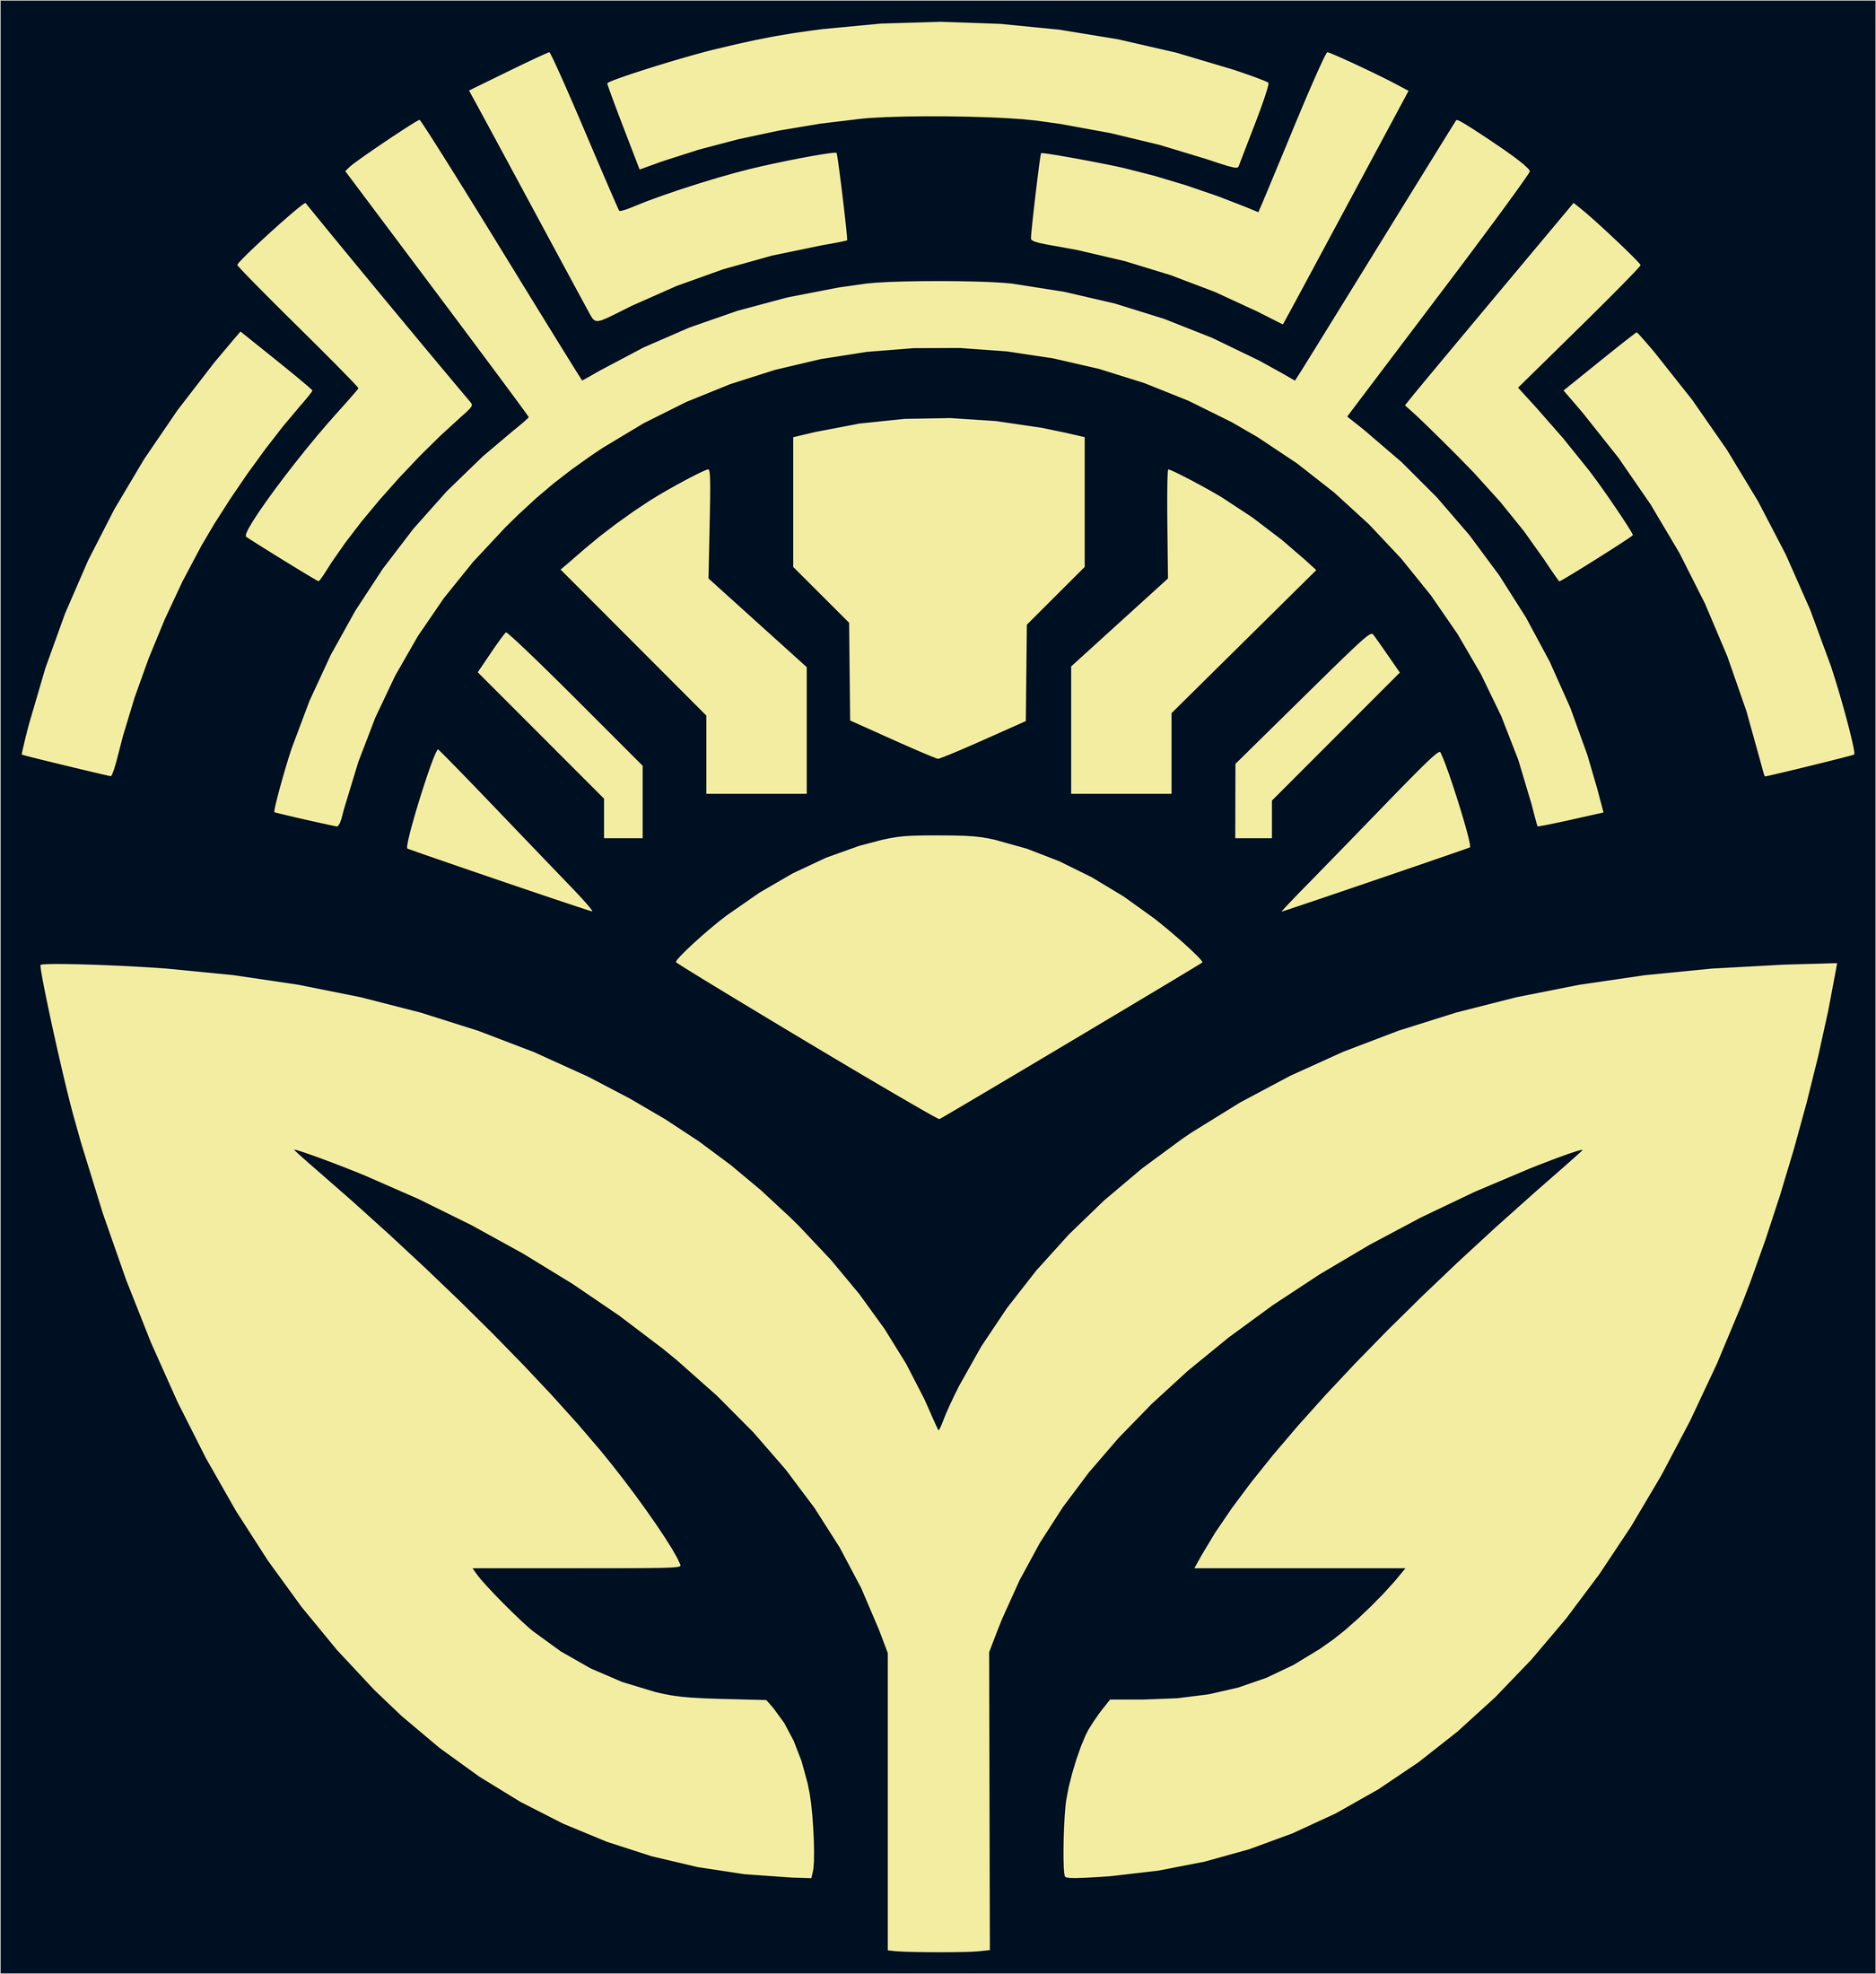
<source format=kicad_pcb>
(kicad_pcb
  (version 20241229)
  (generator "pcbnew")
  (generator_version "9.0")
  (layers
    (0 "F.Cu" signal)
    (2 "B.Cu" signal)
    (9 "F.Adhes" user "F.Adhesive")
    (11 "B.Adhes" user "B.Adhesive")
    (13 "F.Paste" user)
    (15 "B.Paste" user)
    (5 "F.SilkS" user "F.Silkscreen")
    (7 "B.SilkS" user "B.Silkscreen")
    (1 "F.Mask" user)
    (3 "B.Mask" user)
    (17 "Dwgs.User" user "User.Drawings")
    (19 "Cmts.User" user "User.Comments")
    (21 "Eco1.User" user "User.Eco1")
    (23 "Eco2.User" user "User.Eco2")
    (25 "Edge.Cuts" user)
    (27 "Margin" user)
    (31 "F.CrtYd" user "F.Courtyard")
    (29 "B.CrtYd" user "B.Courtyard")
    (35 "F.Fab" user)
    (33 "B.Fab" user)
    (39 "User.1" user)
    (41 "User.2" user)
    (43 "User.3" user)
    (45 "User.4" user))
  (footprint "logo"
    (layer "F.Cu")
    (at 128.253 135.036)
    (property "Reference" "logo" (at 0 0 0) (layer "F.SilkS") (effects (font (size 1.5 1.5) (thickness 0.3))))
    (attr board_only exclude_from_pos_files exclude_from_bom)
    (fp_poly (pts (xy -60.236 -49.465) (xy -59.653 -48.965) (xy -58.764 -48.154) (xy -57.609 -47.065) (xy -56.223 -45.736) (xy -54.646 -44.201) (xy -52.914 -42.498) (xy -51.064 -40.661) (xy -50.769 -40.366) (xy -41.343 -30.942) (xy -41.343 -25.874) (xy -41.343 -20.806) (xy -44.045 -20.806) (xy -46.747 -20.806) (xy -46.747 -23.575) (xy -46.747 -26.343) (xy -55.585 -35.184) (xy -64.422 -44.024) (xy -62.59 -46.733) (xy -61.857 -47.798) (xy -61.214 -48.697) (xy -60.731 -49.334) (xy -60.477 -49.616) (xy -60.477 -49.616)) (stroke (width 0) (type solid)) (fill yes) (layer "F.SilkS"))
    (fp_poly (pts (xy 60.905 -49.327) (xy 60.941 -49.285) (xy 61.254 -48.855) (xy 61.791 -48.099) (xy 62.467 -47.135) (xy 62.993 -46.379) (xy 64.652 -43.984) (xy 55.699 -35.028) (xy 46.747 -26.073) (xy 46.747 -23.439) (xy 46.747 -20.806) (xy 44.18 -20.806) (xy 41.613 -20.806) (xy 41.627 -26.008) (xy 41.641 -31.21) (xy 51.094 -40.503) (xy 53.25 -42.62) (xy 55.054 -44.387) (xy 56.54 -45.832) (xy 57.741 -46.984) (xy 58.688 -47.874) (xy 59.416 -48.529) (xy 59.957 -48.981) (xy 60.343 -49.257) (xy 60.608 -49.387) (xy 60.784 -49.4)) (stroke (width 0) (type solid)) (fill yes) (layer "F.SilkS"))
    (fp_poly (pts (xy 32.608 -72.291) (xy 33.362 -71.947) (xy 34.394 -71.435) (xy 35.608 -70.804) (xy 36.909 -70.105) (xy 38.201 -69.387) (xy 39.389 -68.701) (xy 39.76 -68.479) (xy 44.017 -65.68) (xy 48.204 -62.493) (xy 51.445 -59.698) (xy 52.954 -58.319) (xy 42.825 -48.314) (xy 32.696 -38.309) (xy 32.696 -32.665) (xy 32.696 -27.021) (xy 25.67 -27.021) (xy 18.645 -27.021) (xy 18.645 -35.932) (xy 18.645 -44.843) (xy 25.421 -50.996) (xy 32.198 -57.15) (xy 32.109 -64.784) (xy 32.093 -66.752) (xy 32.092 -68.531) (xy 32.106 -70.055) (xy 32.132 -71.255) (xy 32.17 -72.062) (xy 32.219 -72.409) (xy 32.228 -72.417)) (stroke (width 0) (type solid)) (fill yes) (layer "F.SilkS"))
    (fp_poly (pts (xy 8.069 -79.176) (xy 14.538 -78.226) (xy 17.957 -77.512) (xy 20.536 -76.92) (xy 20.536 -67.842) (xy 20.536 -58.765) (xy 16.487 -54.723) (xy 12.439 -50.681) (xy 12.367 -43.939) (xy 12.295 -37.198) (xy 6.35 -34.548) (xy 4.67 -33.808) (xy 3.14 -33.148) (xy 1.834 -32.601) (xy 0.824 -32.196) (xy 0.185 -31.963) (xy -0.000001 -31.919) (xy -0.352 -32.032) (xy -1.122 -32.338) (xy -2.238 -32.805) (xy -3.626 -33.404) (xy -5.213 -34.102) (xy -6.35 -34.609) (xy -12.295 -37.279) (xy -12.367 -44.115) (xy -12.439 -50.951) (xy -16.352 -54.858) (xy -20.266 -58.764) (xy -20.266 -67.839) (xy -20.266 -76.914) (xy -17.175 -77.642) (xy -10.974 -78.826) (xy -4.694 -79.476) (xy 1.656 -79.593)) (stroke (width 0) (type solid)) (fill yes) (layer "F.SilkS"))
    (fp_poly (pts (xy -32.051 -72.33) (xy -31.973 -72.034) (xy -31.921 -71.476) (xy -31.894 -70.605) (xy -31.889 -69.367) (xy -31.907 -67.711) (xy -31.946 -65.584) (xy -31.962 -64.784) (xy -32.125 -57.15) (xy -25.25 -50.945) (xy -18.374 -44.741) (xy -18.374 -35.881) (xy -18.374 -27.021) (xy -25.4 -27.021) (xy -32.426 -27.021) (xy -32.426 -32.492) (xy -32.426 -37.962) (xy -42.626 -48.179) (xy -52.827 -58.395) (xy -52.123 -58.989) (xy -51.608 -59.428) (xy -50.821 -60.108) (xy -49.893 -60.912) (xy -49.434 -61.312) (xy -47.41 -62.988) (xy -45.091 -64.763) (xy -42.663 -66.5) (xy -40.344 -68.04) (xy -39.193 -68.746) (xy -37.892 -69.505) (xy -36.533 -70.268) (xy -35.21 -70.984) (xy -34.014 -71.605) (xy -33.038 -72.08) (xy -32.375 -72.362) (xy -32.157 -72.417)) (stroke (width 0) (type solid)) (fill yes) (layer "F.SilkS"))
    (fp_poly (pts (xy -69.769 -33.047) (xy -69.222 -32.509) (xy -68.382 -31.66) (xy -67.288 -30.544) (xy -65.981 -29.199) (xy -64.501 -27.668) (xy -62.888 -25.992) (xy -62.138 -25.211) (xy -60.322 -23.315) (xy -58.489 -21.404) (xy -56.703 -19.544) (xy -55.029 -17.8) (xy -53.531 -16.241) (xy -52.272 -14.932) (xy -51.317 -13.941) (xy -51.24 -13.862) (xy -50.217 -12.782) (xy -49.372 -11.853) (xy -48.757 -11.134) (xy -48.425 -10.687) (xy -48.403 -10.567) (xy -48.725 -10.658) (xy -49.508 -10.907) (xy -50.701 -11.298) (xy -52.254 -11.814) (xy -54.116 -12.438) (xy -56.237 -13.153) (xy -58.567 -13.942) (xy -61.055 -14.788) (xy -61.473 -14.931) (xy -63.973 -15.786) (xy -66.314 -16.588) (xy -68.448 -17.322) (xy -70.325 -17.97) (xy -71.896 -18.514) (xy -73.111 -18.939) (xy -73.923 -19.227) (xy -74.28 -19.361) (xy -74.293 -19.367) (xy -74.313 -19.697) (xy -74.18 -20.452) (xy -73.92 -21.548) (xy -73.557 -22.904) (xy -73.118 -24.438) (xy -72.628 -26.065) (xy -72.112 -27.704) (xy -71.598 -29.272) (xy -71.109 -30.687) (xy -70.673 -31.865) (xy -70.314 -32.725) (xy -70.058 -33.183) (xy -69.983 -33.236)) (stroke (width 0) (type solid)) (fill yes) (layer "F.SilkS"))
    (fp_poly (pts (xy 70.318 -32.845) (xy 70.632 -32.173) (xy 71.039 -31.142) (xy 71.511 -29.836) (xy 72.023 -28.34) (xy 72.547 -26.737) (xy 73.059 -25.111) (xy 73.531 -23.547) (xy 73.937 -22.129) (xy 74.251 -20.94) (xy 74.446 -20.066) (xy 74.497 -19.59) (xy 74.478 -19.535) (xy 74.214 -19.434) (xy 73.497 -19.179) (xy 72.384 -18.791) (xy 70.936 -18.29) (xy 69.21 -17.696) (xy 67.265 -17.028) (xy 65.16 -16.307) (xy 62.953 -15.552) (xy 60.703 -14.784) (xy 58.468 -14.022) (xy 56.307 -13.288) (xy 54.278 -12.599) (xy 52.44 -11.977) (xy 50.852 -11.442) (xy 49.573 -11.013) (xy 48.66 -10.711) (xy 48.172 -10.555) (xy 48.108 -10.538) (xy 48.242 -10.72) (xy 48.701 -11.225) (xy 49.426 -11.992) (xy 50.36 -12.96) (xy 51.36 -13.984) (xy 52.33 -14.973) (xy 53.61 -16.283) (xy 55.132 -17.845) (xy 56.831 -19.592) (xy 58.641 -21.454) (xy 60.494 -23.365) (xy 62.326 -25.256) (xy 62.416 -25.348) (xy 64.386 -27.377) (xy 66.015 -29.04) (xy 67.333 -30.365) (xy 68.368 -31.379) (xy 69.151 -32.11) (xy 69.71 -32.585) (xy 70.074 -32.834) (xy 70.273 -32.882)) (stroke (width 0) (type solid)) (fill yes) (layer "F.SilkS"))
    (fp_poly (pts (xy 98.03 -91.39) (xy 98.523 -90.852) (xy 99.225 -90.054) (xy 100.066 -89.073) (xy 100.249 -88.856) (xy 105.575 -82.14) (xy 110.423 -75.172) (xy 114.792 -67.955) (xy 118.681 -60.492) (xy 122.087 -52.787) (xy 125.009 -44.841) (xy 125.049 -44.72) (xy 125.567 -43.106) (xy 126.093 -41.374) (xy 126.607 -39.601) (xy 127.088 -37.867) (xy 127.515 -36.25) (xy 127.868 -34.829) (xy 128.126 -33.683) (xy 128.268 -32.89) (xy 128.274 -32.53) (xy 128.268 -32.523) (xy 127.988 -32.432) (xy 127.271 -32.238) (xy 126.207 -31.963) (xy 124.885 -31.629) (xy 123.395 -31.258) (xy 121.825 -30.871) (xy 120.266 -30.492) (xy 118.807 -30.141) (xy 117.536 -29.84) (xy 116.544 -29.612) (xy 115.92 -29.479) (xy 115.754 -29.453) (xy 115.647 -29.688) (xy 115.472 -30.282) (xy 115.391 -30.602) (xy 113.177 -38.56) (xy 110.507 -46.23) (xy 107.379 -53.612) (xy 103.793 -60.709) (xy 99.749 -67.52) (xy 95.245 -74.047) (xy 90.282 -80.291) (xy 89.943 -80.689) (xy 87.573 -83.448) (xy 92.625 -87.525) (xy 94.04 -88.662) (xy 95.314 -89.676) (xy 96.386 -90.52) (xy 97.199 -91.149) (xy 97.692 -91.514) (xy 97.815 -91.589)) (stroke (width 0) (type solid)) (fill yes) (layer "F.SilkS"))
    (fp_poly (pts (xy -92.607 -87.665) (xy -91.198 -86.527) (xy -89.94 -85.498) (xy -88.892 -84.627) (xy -88.112 -83.962) (xy -87.657 -83.552) (xy -87.564 -83.445) (xy -87.726 -83.176) (xy -88.173 -82.601) (xy -88.829 -81.816) (xy -89.327 -81.244) (xy -91.693 -78.43) (xy -94.166 -75.247) (xy -96.653 -71.828) (xy -99.059 -68.304) (xy -101.292 -64.809) (xy -103.105 -61.744) (xy -105.764 -56.728) (xy -108.248 -51.417) (xy -110.501 -45.951) (xy -112.468 -40.47) (xy -114.091 -35.114) (xy -114.732 -32.628) (xy -115.05 -31.407) (xy -115.352 -30.409) (xy -115.605 -29.733) (xy -115.775 -29.48) (xy -115.779 -29.48) (xy -116.111 -29.549) (xy -116.891 -29.726) (xy -118.04 -29.994) (xy -119.481 -30.335) (xy -121.137 -30.731) (xy -122.113 -30.965) (xy -123.84 -31.384) (xy -125.382 -31.763) (xy -126.666 -32.083) (xy -127.615 -32.326) (xy -128.156 -32.474) (xy -128.253 -32.508) (xy -128.217 -32.784) (xy -128.063 -33.492) (xy -127.813 -34.541) (xy -127.487 -35.841) (xy -127.263 -36.71) (xy -124.947 -44.616) (xy -122.189 -52.256) (xy -118.975 -59.658) (xy -115.292 -66.845) (xy -111.125 -73.845) (xy -106.461 -80.683) (xy -101.286 -87.385) (xy -98.551 -90.637) (xy -97.634 -91.699)) (stroke (width 0) (type solid)) (fill yes) (layer "F.SilkS"))
    (fp_poly (pts (xy 89.978 -108.898) (xy 90.717 -108.284) (xy 91.664 -107.455) (xy 92.748 -106.477) (xy 93.9 -105.415) (xy 95.051 -104.336) (xy 96.13 -103.305) (xy 97.069 -102.388) (xy 97.798 -101.65) (xy 98.247 -101.157) (xy 98.357 -100.987) (xy 98.17 -100.739) (xy 97.635 -100.154) (xy 96.79 -99.271) (xy 95.675 -98.13) (xy 94.328 -96.771) (xy 92.788 -95.233) (xy 91.095 -93.555) (xy 89.778 -92.259) (xy 81.199 -83.842) (xy 83.643 -81.169) (xy 87.498 -76.779) (xy 91.026 -72.402) (xy 91.568 -71.691) (xy 92.329 -70.661) (xy 93.185 -69.464) (xy 94.081 -68.18) (xy 94.962 -66.891) (xy 95.774 -65.679) (xy 96.462 -64.625) (xy 96.97 -63.811) (xy 97.244 -63.317) (xy 97.277 -63.22) (xy 97.059 -63.038) (xy 96.46 -62.626) (xy 95.559 -62.032) (xy 94.435 -61.307) (xy 93.169 -60.501) (xy 91.84 -59.665) (xy 90.528 -58.847) (xy 89.313 -58.099) (xy 88.273 -57.47) (xy 87.49 -57.01) (xy 87.042 -56.77) (xy 86.974 -56.746) (xy 86.796 -56.959) (xy 86.38 -57.541) (xy 85.782 -58.409) (xy 85.061 -59.48) (xy 84.871 -59.767) (xy 82.012 -63.785) (xy 78.744 -67.825) (xy 75.024 -71.94) (xy 72.829 -74.193) (xy 71.448 -75.572) (xy 70.106 -76.9) (xy 68.879 -78.104) (xy 67.842 -79.109) (xy 67.071 -79.841) (xy 66.802 -80.089) (xy 65.375 -81.371) (xy 66.397 -82.651) (xy 66.751 -83.085) (xy 67.418 -83.893) (xy 68.366 -85.035) (xy 69.562 -86.472) (xy 70.971 -88.163) (xy 72.56 -90.068) (xy 74.297 -92.148) (xy 76.147 -94.362) (xy 78.078 -96.671) (xy 78.196 -96.812) (xy 88.975 -109.693)) (stroke (width 0) (type solid)) (fill yes) (layer "F.SilkS"))
    (fp_poly (pts (xy 8.702 -134.749) (xy 16.983 -133.932) (xy 25.209 -132.586) (xy 33.355 -130.716) (xy 41.397 -128.322) (xy 42.541 -127.936) (xy 43.838 -127.481) (xy 44.953 -127.069) (xy 45.783 -126.741) (xy 46.229 -126.534) (xy 46.269 -126.505) (xy 46.246 -126.193) (xy 46.044 -125.45) (xy 45.687 -124.349) (xy 45.198 -122.96) (xy 44.601 -121.354) (xy 44.373 -120.759) (xy 43.74 -119.119) (xy 43.168 -117.633) (xy 42.686 -116.381) (xy 42.325 -115.441) (xy 42.117 -114.894) (xy 42.084 -114.805) (xy 41.968 -114.661) (xy 41.71 -114.616) (xy 41.236 -114.686) (xy 40.476 -114.888) (xy 39.357 -115.238) (xy 37.808 -115.752) (xy 37.637 -115.809) (xy 31.038 -117.807) (xy 24.143 -119.464) (xy 17.105 -120.747) (xy 13.781 -121.211) (xy 11.888 -121.402) (xy 9.565 -121.558) (xy 6.923 -121.678) (xy 4.072 -121.762) (xy 1.121 -121.807) (xy -1.819 -121.813) (xy -4.639 -121.779) (xy -7.228 -121.702) (xy -9.476 -121.583) (xy -10.595 -121.492) (xy -16.426 -120.792) (xy -22.267 -119.818) (xy -27.99 -118.595) (xy -33.468 -117.153) (xy -38.574 -115.519) (xy -39.19 -115.298) (xy -41.767 -114.365) (xy -44.054 -120.317) (xy -44.697 -122) (xy -45.266 -123.512) (xy -45.736 -124.781) (xy -46.08 -125.736) (xy -46.271 -126.304) (xy -46.302 -126.431) (xy -46.029 -126.604) (xy -45.31 -126.9) (xy -44.22 -127.295) (xy -42.834 -127.767) (xy -41.225 -128.291) (xy -39.468 -128.845) (xy -37.637 -129.403) (xy -35.808 -129.944) (xy -34.053 -130.443) (xy -32.449 -130.877) (xy -31.43 -131.136) (xy -28.311 -131.877) (xy -25.541 -132.485) (xy -22.953 -132.99) (xy -20.381 -133.424) (xy -17.66 -133.818) (xy -16.213 -134.007) (xy -7.921 -134.79) (xy 0.393 -135.036)) (stroke (width 0) (type solid)) (fill yes) (layer "F.SilkS"))
    (fp_poly (pts (xy 54.858 -130.67) (xy 55.611 -130.36) (xy 56.668 -129.895) (xy 57.939 -129.317) (xy 59.331 -128.667) (xy 60.757 -127.988) (xy 62.124 -127.322) (xy 63.342 -126.712) (xy 64.078 -126.329) (xy 65.872 -125.375) (xy 59.596 -113.69) (xy 57.599 -109.974) (xy 55.844 -106.707) (xy 54.315 -103.863) (xy 52.998 -101.413) (xy 51.879 -99.332) (xy 50.941 -97.592) (xy 50.172 -96.167) (xy 49.557 -95.029) (xy 49.08 -94.151) (xy 48.728 -93.507) (xy 48.486 -93.068) (xy 48.339 -92.81) (xy 48.273 -92.703) (xy 48.266 -92.697) (xy 48.027 -92.817) (xy 47.392 -93.139) (xy 46.445 -93.618) (xy 45.274 -94.211) (xy 44.72 -94.492) (xy 38.796 -97.226) (xy 32.554 -99.594) (xy 26.107 -101.562) (xy 19.567 -103.092) (xy 16.823 -103.594) (xy 15.275 -103.867) (xy 14.192 -104.093) (xy 13.502 -104.293) (xy 13.133 -104.487) (xy 13.018 -104.666) (xy 13.029 -105.02) (xy 13.097 -105.805) (xy 13.211 -106.926) (xy 13.359 -108.289) (xy 13.53 -109.798) (xy 13.714 -111.36) (xy 13.898 -112.879) (xy 14.073 -114.261) (xy 14.226 -115.411) (xy 14.346 -116.234) (xy 14.423 -116.636) (xy 14.433 -116.659) (xy 14.725 -116.654) (xy 15.458 -116.557) (xy 16.543 -116.387) (xy 17.892 -116.158) (xy 19.415 -115.886) (xy 21.024 -115.588) (xy 22.63 -115.279) (xy 24.143 -114.976) (xy 25.476 -114.695) (xy 26.018 -114.574) (xy 30.29 -113.486) (xy 34.76 -112.145) (xy 39.194 -110.626) (xy 43.012 -109.146) (xy 44.845 -108.39) (xy 45.337 -109.521) (xy 45.547 -110.017) (xy 45.938 -110.951) (xy 46.486 -112.263) (xy 47.164 -113.892) (xy 47.947 -115.777) (xy 48.811 -117.857) (xy 49.728 -120.072) (xy 49.996 -120.718) (xy 50.92 -122.931) (xy 51.788 -124.97) (xy 52.575 -126.784) (xy 53.259 -128.322) (xy 53.817 -129.531) (xy 54.226 -130.359) (xy 54.462 -130.756) (xy 54.498 -130.783)) (stroke (width 0) (type solid)) (fill yes) (layer "F.SilkS"))
    (fp_poly (pts (xy 0.135 -21.201) (xy 2.12 -21.186) (xy 3.687 -21.145) (xy 4.96 -21.068) (xy 6.061 -20.945) (xy 7.113 -20.768) (xy 7.927 -20.597) (xy 12.449 -19.335) (xy 17.005 -17.572) (xy 21.537 -15.336) (xy 25.985 -12.657) (xy 30.289 -9.566) (xy 30.886 -9.095) (xy 32.137 -8.072) (xy 33.372 -7.021) (xy 34.527 -6.002) (xy 35.535 -5.075) (xy 36.331 -4.3) (xy 36.85 -3.739) (xy 37.027 -3.45) (xy 37.019 -3.434) (xy 36.759 -3.266) (xy 36.078 -2.848) (xy 35.018 -2.206) (xy 33.622 -1.365) (xy 31.934 -0.351) (xy 29.996 0.809) (xy 27.852 2.092) (xy 25.544 3.47) (xy 23.116 4.919) (xy 20.612 6.412) (xy 18.073 7.925) (xy 15.543 9.43) (xy 13.065 10.903) (xy 10.683 12.319) (xy 8.439 13.65) (xy 6.376 14.872) (xy 4.538 15.96) (xy 2.967 16.886) (xy 1.708 17.627) (xy 0.801 18.155) (xy 0.292 18.446) (xy 0.197 18.495) (xy -0.082 18.375) (xy -0.788 17.997) (xy -1.885 17.382) (xy -3.338 16.55) (xy -5.111 15.523) (xy -7.168 14.322) (xy -9.474 12.967) (xy -11.992 11.478) (xy -14.687 9.878) (xy -17.523 8.186) (xy -18.374 7.677) (xy -21.241 5.959) (xy -23.971 4.318) (xy -26.529 2.776) (xy -28.88 1.355) (xy -30.989 0.075) (xy -32.821 -1.042) (xy -34.34 -1.975) (xy -35.51 -2.701) (xy -36.298 -3.2) (xy -36.667 -3.45) (xy -36.69 -3.473) (xy -36.538 -3.769) (xy -36.036 -4.342) (xy -35.255 -5.127) (xy -34.265 -6.059) (xy -33.136 -7.075) (xy -31.938 -8.109) (xy -30.741 -9.098) (xy -29.615 -9.978) (xy -29.604 -9.986) (xy -24.998 -13.182) (xy -20.351 -15.88) (xy -15.688 -18.068) (xy -11.029 -19.736) (xy -7.826 -20.579) (xy -6.711 -20.813) (xy -5.688 -20.981) (xy -4.634 -21.095) (xy -3.422 -21.163) (xy -1.929 -21.195) (xy -0.03 -21.201)) (stroke (width 0) (type solid)) (fill yes) (layer "F.SilkS"))
    (fp_poly (pts (xy -86.98 -107.773) (xy -85.153 -105.542) (xy -83.108 -103.054) (xy -80.905 -100.381) (xy -78.603 -97.595) (xy -76.261 -94.767) (xy -73.939 -91.97) (xy -71.696 -89.274) (xy -69.591 -86.752) (xy -67.684 -84.474) (xy -66.034 -82.514) (xy -65.424 -81.792) (xy -65.255 -81.529) (xy -65.278 -81.258) (xy -65.553 -80.885) (xy -66.141 -80.321) (xy -66.755 -79.777) (xy -69.647 -77.133) (xy -72.561 -74.26) (xy -75.423 -71.242) (xy -78.161 -68.162) (xy -80.701 -65.105) (xy -82.969 -62.153) (xy -84.893 -59.391) (xy -85.523 -58.4) (xy -86.044 -57.592) (xy -86.463 -57.007) (xy -86.699 -56.759) (xy -86.709 -56.757) (xy -86.978 -56.896) (xy -87.636 -57.279) (xy -88.615 -57.864) (xy -89.844 -58.608) (xy -91.255 -59.471) (xy -91.784 -59.797) (xy -93.246 -60.702) (xy -94.552 -61.517) (xy -95.633 -62.197) (xy -96.417 -62.699) (xy -96.835 -62.977) (xy -96.882 -63.014) (xy -96.867 -63.367) (xy -96.54 -64.084) (xy -95.935 -65.115) (xy -95.09 -66.412) (xy -94.039 -67.926) (xy -92.82 -69.607) (xy -91.469 -71.406) (xy -90.02 -73.276) (xy -88.511 -75.166) (xy -86.978 -77.028) (xy -85.456 -78.812) (xy -84.238 -80.187) (xy -83.226 -81.315) (xy -82.347 -82.307) (xy -81.663 -83.092) (xy -81.236 -83.6) (xy -81.122 -83.756) (xy -81.292 -83.982) (xy -81.81 -84.546) (xy -82.638 -85.409) (xy -83.737 -86.533) (xy -85.069 -87.878) (xy -86.594 -89.405) (xy -88.275 -91.074) (xy -89.566 -92.348) (xy -91.339 -94.099) (xy -92.987 -95.739) (xy -94.471 -97.228) (xy -95.753 -98.526) (xy -96.792 -99.593) (xy -97.551 -100.39) (xy -97.991 -100.878) (xy -98.087 -101.014) (xy -97.899 -101.298) (xy -97.377 -101.863) (xy -96.589 -102.648) (xy -95.602 -103.594) (xy -94.482 -104.638) (xy -93.296 -105.722) (xy -92.11 -106.785) (xy -90.992 -107.765) (xy -90.008 -108.604) (xy -89.224 -109.239) (xy -88.708 -109.612) (xy -88.53 -109.677)) (stroke (width 0) (type solid)) (fill yes) (layer "F.SilkS"))
    (fp_poly (pts (xy -54.241 -130.542) (xy -53.896 -129.853) (xy -53.388 -128.766) (xy -52.738 -127.331) (xy -51.969 -125.598) (xy -51.105 -123.618) (xy -50.166 -121.441) (xy -49.454 -119.772) (xy -48.478 -117.476) (xy -47.563 -115.335) (xy -46.733 -113.398) (xy -46.008 -111.718) (xy -45.412 -110.346) (xy -44.966 -109.332) (xy -44.692 -108.728) (xy -44.615 -108.576) (xy -44.306 -108.587) (xy -43.639 -108.783) (xy -42.746 -109.123) (xy -42.559 -109.202) (xy -40.744 -109.929) (xy -38.533 -110.736) (xy -36.055 -111.581) (xy -33.441 -112.421) (xy -30.819 -113.216) (xy -28.32 -113.923) (xy -26.368 -114.429) (xy -24.751 -114.81) (xy -23.01 -115.194) (xy -21.228 -115.566) (xy -19.485 -115.912) (xy -17.862 -116.215) (xy -16.441 -116.46) (xy -15.303 -116.633) (xy -14.529 -116.718) (xy -14.201 -116.7) (xy -14.2 -116.699) (xy -14.131 -116.405) (xy -14.015 -115.67) (xy -13.863 -114.587) (xy -13.687 -113.249) (xy -13.497 -111.749) (xy -13.306 -110.179) (xy -13.124 -108.634) (xy -12.962 -107.205) (xy -12.833 -105.985) (xy -12.746 -105.069) (xy -12.713 -104.548) (xy -12.721 -104.464) (xy -13.016 -104.379) (xy -13.739 -104.226) (xy -14.786 -104.027) (xy -16.051 -103.802) (xy -16.213 -103.774) (xy -23.227 -102.325) (xy -30.033 -100.422) (xy -36.582 -98.081) (xy -42.827 -95.317) (xy -43.504 -94.983) (xy -45.073 -94.196) (xy -46.232 -93.633) (xy -47.06 -93.288) (xy -47.636 -93.156) (xy -48.039 -93.232) (xy -48.35 -93.511) (xy -48.647 -93.987) (xy -48.996 -94.63) (xy -49.308 -95.202) (xy -49.848 -96.197) (xy -50.587 -97.561) (xy -51.495 -99.242) (xy -52.545 -101.185) (xy -53.707 -103.337) (xy -54.952 -105.646) (xy -56.253 -108.059) (xy -56.485 -108.49) (xy -57.808 -110.944) (xy -59.094 -113.328) (xy -60.312 -115.585) (xy -61.431 -117.658) (xy -62.421 -119.491) (xy -63.251 -121.025) (xy -63.89 -122.205) (xy -64.307 -122.972) (xy -64.342 -123.036) (xy -65.647 -125.421) (xy -60.158 -128.102) (xy -58.566 -128.874) (xy -57.132 -129.559) (xy -55.927 -130.123) (xy -55.025 -130.533) (xy -54.499 -130.754) (xy -54.4 -130.783)) (stroke (width 0) (type solid)) (fill yes) (layer "F.SilkS"))
    (fp_poly (pts (xy -72.387 -121.095) (xy -71.944 -120.443) (xy -71.263 -119.399) (xy -70.367 -117.997) (xy -69.276 -116.274) (xy -68.013 -114.263) (xy -66.6 -111.999) (xy -65.059 -109.517) (xy -63.41 -106.852) (xy -61.677 -104.038) (xy -61.09 -103.081) (xy -59.337 -100.227) (xy -57.666 -97.511) (xy -56.099 -94.966) (xy -54.657 -92.627) (xy -53.362 -90.53) (xy -52.234 -88.708) (xy -51.296 -87.197) (xy -50.569 -86.031) (xy -50.073 -85.245) (xy -49.832 -84.873) (xy -49.811 -84.847) (xy -49.557 -84.974) (xy -48.939 -85.315) (xy -48.059 -85.815) (xy -47.358 -86.219) (xy -41.214 -89.469) (xy -34.786 -92.261) (xy -28.086 -94.593) (xy -21.121 -96.462) (xy -13.902 -97.863) (xy -9.998 -98.413) (xy -8.604 -98.539) (xy -6.777 -98.637) (xy -4.627 -98.706) (xy -2.261 -98.746) (xy 0.215 -98.758) (xy 2.691 -98.741) (xy 5.06 -98.697) (xy 7.214 -98.624) (xy 9.045 -98.522) (xy 10.403 -98.399) (xy 17.692 -97.253) (xy 24.771 -95.612) (xy 31.659 -93.468) (xy 38.372 -90.816) (xy 44.929 -87.65) (xy 48.29 -85.794) (xy 49.969 -84.827) (xy 50.632 -85.85) (xy 50.88 -86.243) (xy 51.387 -87.058) (xy 52.13 -88.255) (xy 53.086 -89.797) (xy 54.229 -91.645) (xy 55.537 -93.76) (xy 56.985 -96.104) (xy 58.55 -98.638) (xy 60.208 -101.323) (xy 61.879 -104.032) (xy 63.586 -106.799) (xy 65.21 -109.43) (xy 66.729 -111.889) (xy 68.121 -114.141) (xy 69.363 -116.149) (xy 70.433 -117.878) (xy 71.309 -119.291) (xy 71.969 -120.353) (xy 72.39 -121.028) (xy 72.551 -121.279) (xy 72.552 -121.28) (xy 72.727 -121.281) (xy 73.124 -121.105) (xy 73.791 -120.723) (xy 74.777 -120.106) (xy 76.129 -119.227) (xy 77.146 -118.554) (xy 79.197 -117.164) (xy 80.805 -116.013) (xy 81.96 -115.107) (xy 82.655 -114.453) (xy 82.864 -114.147) (xy 82.727 -113.88) (xy 82.287 -113.218) (xy 81.569 -112.194) (xy 80.598 -110.843) (xy 79.4 -109.198) (xy 78 -107.295) (xy 76.421 -105.166) (xy 74.691 -102.847) (xy 72.832 -100.371) (xy 70.871 -97.773) (xy 70.766 -97.633) (xy 68.781 -95.011) (xy 66.88 -92.498) (xy 65.09 -90.132) (xy 63.436 -87.946) (xy 61.947 -85.977) (xy 60.65 -84.261) (xy 59.57 -82.833) (xy 58.736 -81.729) (xy 58.173 -80.984) (xy 57.91 -80.635) (xy 57.91 -80.634) (xy 57.287 -79.799) (xy 59.632 -77.94) (xy 64.904 -73.421) (xy 69.829 -68.502) (xy 74.386 -63.218) (xy 78.553 -57.601) (xy 82.31 -51.684) (xy 85.634 -45.5) (xy 88.505 -39.082) (xy 90.9 -32.464) (xy 92.261 -27.809) (xy 93.16 -24.409) (xy 88.585 -23.387) (xy 87.092 -23.06) (xy 85.794 -22.787) (xy 84.778 -22.587) (xy 84.13 -22.476) (xy 83.933 -22.464) (xy 83.84 -22.75) (xy 83.645 -23.451) (xy 83.378 -24.458) (xy 83.1 -25.535) (xy 81.231 -31.779) (xy 78.863 -37.856) (xy 76.019 -43.738) (xy 72.722 -49.394) (xy 68.995 -54.794) (xy 64.863 -59.91) (xy 60.348 -64.711) (xy 55.473 -69.167) (xy 50.263 -73.248) (xy 44.74 -76.926) (xy 41.095 -79.03) (xy 35.057 -82.016) (xy 28.861 -84.496) (xy 22.537 -86.473) (xy 16.115 -87.947) (xy 9.624 -88.921) (xy 3.095 -89.396) (xy -3.443 -89.373) (xy -9.96 -88.855) (xy -16.427 -87.841) (xy -22.813 -86.335) (xy -29.089 -84.338) (xy -35.225 -81.851) (xy -41.191 -78.875) (xy -46.957 -75.413) (xy -48.5 -74.379) (xy -51.286 -72.399) (xy -53.818 -70.443) (xy -56.248 -68.385) (xy -58.727 -66.097) (xy -60.546 -64.317) (xy -65.1 -59.448) (xy -69.18 -54.384) (xy -72.805 -49.09) (xy -75.993 -43.532) (xy -78.766 -37.676) (xy -81.141 -31.488) (xy -83.138 -24.933) (xy -83.494 -23.576) (xy -83.738 -22.885) (xy -84.012 -22.489) (xy -84.114 -22.45) (xy -84.479 -22.515) (xy -85.272 -22.681) (xy -86.397 -22.925) (xy -87.754 -23.227) (xy -88.63 -23.425) (xy -90.056 -23.752) (xy -91.285 -24.041) (xy -92.224 -24.268) (xy -92.783 -24.412) (xy -92.899 -24.451) (xy -92.883 -24.749) (xy -92.734 -25.469) (xy -92.477 -26.519) (xy -92.137 -27.804) (xy -91.74 -29.231) (xy -91.311 -30.707) (xy -90.875 -32.136) (xy -90.477 -33.371) (xy -87.982 -40.012) (xy -85.008 -46.437) (xy -81.576 -52.615) (xy -77.709 -58.515) (xy -73.428 -64.106) (xy -68.754 -69.357) (xy -63.71 -74.237) (xy -59.553 -77.748) (xy -58.628 -78.499) (xy -57.884 -79.13) (xy -57.411 -79.566) (xy -57.285 -79.722) (xy -57.443 -79.96) (xy -57.902 -80.597) (xy -58.636 -81.6) (xy -59.622 -82.936) (xy -60.835 -84.572) (xy -62.25 -86.476) (xy -63.843 -88.615) (xy -65.59 -90.955) (xy -67.466 -93.464) (xy -69.447 -96.109) (xy -70.127 -97.016) (xy -82.969 -114.139) (xy -82.354 -114.741) (xy -81.925 -115.094) (xy -81.16 -115.66) (xy -80.14 -116.383) (xy -78.947 -117.21) (xy -77.661 -118.085) (xy -76.365 -118.954) (xy -75.139 -119.762) (xy -74.065 -120.454) (xy -73.224 -120.976) (xy -72.698 -121.273) (xy -72.57 -121.32)) (stroke (width 0) (type solid)) (fill yes) (layer "F.SilkS"))
    (fp_poly (pts (xy 125.726 -2.542) (xy 124.607 3.388) (xy 123.227 9.643) (xy 121.624 16.099) (xy 119.832 22.628) (xy 117.887 29.104) (xy 115.824 35.401) (xy 113.679 41.393) (xy 112.581 44.25) (xy 109.038 52.72) (xy 105.261 60.754) (xy 101.256 68.343) (xy 97.027 75.482) (xy 92.581 82.164) (xy 87.923 88.381) (xy 83.057 94.128) (xy 77.99 99.397) (xy 72.727 104.182) (xy 67.273 108.475) (xy 61.633 112.272) (xy 55.814 115.563) (xy 55.567 115.689) (xy 49.645 118.421) (xy 43.566 120.653) (xy 37.302 122.393) (xy 30.829 123.648) (xy 24.122 124.424) (xy 22.289 124.551) (xy 20.564 124.644) (xy 19.314 124.685) (xy 18.475 124.672) (xy 17.983 124.604) (xy 17.778 124.486) (xy 17.675 124.044) (xy 17.608 123.167) (xy 17.575 121.958) (xy 17.574 120.522) (xy 17.602 118.962) (xy 17.66 117.382) (xy 17.744 115.886) (xy 17.853 114.578) (xy 17.954 113.758) (xy 18.29 111.999) (xy 18.779 110.059) (xy 19.37 108.092) (xy 20.016 106.253) (xy 20.668 104.694) (xy 21.076 103.899) (xy 21.718 102.869) (xy 22.5 101.743) (xy 22.99 101.096) (xy 24.095 99.709) (xy 28.733 99.707) (xy 33.487 99.527) (xy 37.898 98.975) (xy 42.032 98.031) (xy 45.957 96.673) (xy 49.742 94.879) (xy 53.454 92.628) (xy 55.394 91.258) (xy 56.98 89.995) (xy 58.755 88.431) (xy 60.584 86.697) (xy 62.33 84.923) (xy 63.858 83.241) (xy 64.27 82.753) (xy 65.442 81.334) (xy 50.667 81.334) (xy 35.892 81.334) (xy 36.906 79.51) (xy 38.789 76.38) (xy 41.104 72.977) (xy 43.831 69.322) (xy 46.949 65.438) (xy 50.439 61.346) (xy 54.279 57.07) (xy 58.449 52.629) (xy 62.929 48.048) (xy 67.699 43.347) (xy 72.738 38.549) (xy 78.026 33.675) (xy 83.542 28.749) (xy 85.354 27.163) (xy 86.719 25.971) (xy 87.938 24.9) (xy 88.954 24) (xy 89.713 23.32) (xy 90.157 22.911) (xy 90.251 22.813) (xy 90.009 22.811) (xy 89.315 23.002) (xy 88.213 23.37) (xy 86.749 23.898) (xy 84.969 24.572) (xy 82.921 25.374) (xy 75.179 28.648) (xy 67.66 32.228) (xy 60.406 36.086) (xy 53.461 40.194) (xy 46.871 44.526) (xy 40.679 49.054) (xy 34.929 53.751) (xy 29.916 58.343) (xy 25.28 63.105) (xy 21.148 67.899) (xy 17.487 72.776) (xy 14.261 77.787) (xy 11.435 82.985) (xy 8.973 88.421) (xy 8.141 90.521) (xy 7.161 93.088) (xy 7.211 113.926) (xy 7.262 134.763) (xy 5.618 134.935) (xy 4.764 134.99) (xy 3.497 135.029) (xy 1.944 135.052) (xy 0.232 135.059) (xy -1.513 135.051) (xy -3.162 135.028) (xy -4.59 134.991) (xy -5.669 134.938) (xy -6.012 134.91) (xy -7.026 134.804) (xy -7.026 114.005) (xy -7.026 93.206) (xy -8.273 89.904) (xy -10.751 84.104) (xy -13.752 78.441) (xy -17.273 72.917) (xy -21.314 67.532) (xy -25.873 62.29) (xy -30.949 57.191) (xy -36.541 52.237) (xy -38.502 50.631) (xy -44.614 45.997) (xy -51.173 41.538) (xy -58.1 37.299) (xy -65.32 33.324) (xy -72.753 29.658) (xy -80.322 26.346) (xy -81.469 25.881) (xy -83.155 25.215) (xy -84.818 24.576) (xy -86.382 23.992) (xy -87.771 23.491) (xy -88.907 23.1) (xy -89.713 22.847) (xy -90.112 22.76) (xy -90.139 22.767) (xy -89.968 22.956) (xy -89.455 23.434) (xy -88.668 24.139) (xy -87.674 25.009) (xy -87.066 25.535) (xy -81.885 30.066) (xy -76.78 34.669) (xy -71.799 39.297) (xy -66.989 43.903) (xy -62.396 48.442) (xy -58.068 52.866) (xy -54.052 57.13) (xy -50.394 61.187) (xy -47.258 64.851) (xy -45.645 66.837) (xy -44.021 68.918) (xy -42.43 71.031) (xy -40.916 73.113) (xy -39.525 75.1) (xy -38.3 76.929) (xy -37.285 78.535) (xy -36.526 79.857) (xy -36.067 80.829) (xy -36.055 80.861) (xy -36.041 80.964) (xy -36.108 81.051) (xy -36.299 81.123) (xy -36.655 81.182) (xy -37.217 81.229) (xy -38.027 81.265) (xy -39.127 81.292) (xy -40.559 81.31) (xy -42.363 81.323) (xy -44.582 81.33) (xy -47.256 81.333) (xy -50.429 81.334) (xy -50.519 81.334) (xy -65.158 81.334) (xy -64.54 82.212) (xy -63.98 82.913) (xy -63.112 83.886) (xy -62.026 85.04) (xy -60.813 86.281) (xy -59.564 87.519) (xy -58.371 88.662) (xy -57.323 89.616) (xy -56.753 90.1) (xy -52.808 92.968) (xy -48.622 95.353) (xy -44.207 97.25) (xy -39.574 98.653) (xy -38.413 98.919) (xy -37.263 99.137) (xy -36.013 99.306) (xy -34.56 99.436) (xy -32.802 99.535) (xy -30.635 99.611) (xy -29.918 99.631) (xy -24.032 99.779) (xy -23.027 100.929) (xy -21.527 102.982) (xy -20.206 105.472) (xy -19.102 108.313) (xy -18.25 111.423) (xy -17.959 112.879) (xy -17.763 114.231) (xy -17.599 115.836) (xy -17.471 117.57) (xy -17.386 119.311) (xy -17.348 120.935) (xy -17.363 122.318) (xy -17.437 123.339) (xy -17.486 123.622) (xy -17.726 124.703) (xy -20.415 124.619) (xy -27.095 124.145) (xy -33.655 123.147) (xy -40.082 121.631) (xy -46.362 119.603) (xy -52.482 117.069) (xy -58.43 114.035) (xy -64.192 110.506) (xy -69.755 106.489) (xy -75.106 101.989) (xy -78.903 98.37) (xy -84.125 92.78) (xy -89.092 86.744) (xy -93.806 80.258) (xy -98.271 73.317) (xy -102.487 65.916) (xy -106.458 58.052) (xy -110.186 49.72) (xy -113.674 40.916) (xy -116.922 31.634) (xy -119.935 21.871) (xy -121.036 17.969) (xy -121.431 16.479) (xy -121.877 14.698) (xy -122.358 12.7) (xy -122.86 10.559) (xy -123.364 8.345) (xy -123.856 6.134) (xy -124.32 3.998) (xy -124.738 2.01) (xy -125.097 0.243) (xy -125.378 -1.23) (xy -125.567 -2.335) (xy -125.647 -3.001) (xy -125.649 -3.062) (xy -125.39 -3.142) (xy -124.657 -3.19) (xy -123.514 -3.209) (xy -122.026 -3.2) (xy -120.258 -3.166) (xy -118.275 -3.108) (xy -116.143 -3.027) (xy -113.925 -2.927) (xy -111.687 -2.808) (xy -109.493 -2.673) (xy -107.95 -2.564) (xy -98.633 -1.648) (xy -89.597 -0.314) (xy -80.858 1.432) (xy -72.43 3.589) (xy -64.327 6.151) (xy -56.563 9.116) (xy -49.153 12.479) (xy -48.638 12.735) (xy -43.163 15.604) (xy -38.132 18.544) (xy -33.452 21.623) (xy -29.027 24.908) (xy -24.762 28.467) (xy -20.561 32.368) (xy -19.429 33.485) (xy -14.998 38.184) (xy -11.01 42.981) (xy -7.486 47.843) (xy -4.451 52.74) (xy -1.925 57.639) (xy -1.318 58.993) (xy -0.813 60.147) (xy -0.382 61.108) (xy -0.071 61.773) (xy 0.071 62.04) (xy 0.217 61.873) (xy 0.48 61.318) (xy 0.78 60.551) (xy 1.142 59.659) (xy 1.681 58.454) (xy 2.321 57.1) (xy 2.925 55.883) (xy 6.052 50.317) (xy 9.677 44.903) (xy 13.769 39.672) (xy 18.299 34.658) (xy 23.236 29.893) (xy 28.552 25.409) (xy 34.216 21.239) (xy 35.533 20.349) (xy 42.267 16.184) (xy 49.332 12.425) (xy 56.731 9.073) (xy 64.469 6.126) (xy 72.55 3.584) (xy 80.977 1.444) (xy 89.754 -0.294) (xy 98.885 -1.631) (xy 108.374 -2.569) (xy 118.225 -3.107) (xy 119.607 -3.15) (xy 125.86 -3.327)) (stroke (width 0) (type solid)) (fill yes) (layer "F.SilkS")))
  (gr_rect
    (start -3 -3)
    (end 259.527 273.095)
    (stroke (width 0.1) (type default))
    (fill no)
    (layer "Edge.Cuts")))
</source>
